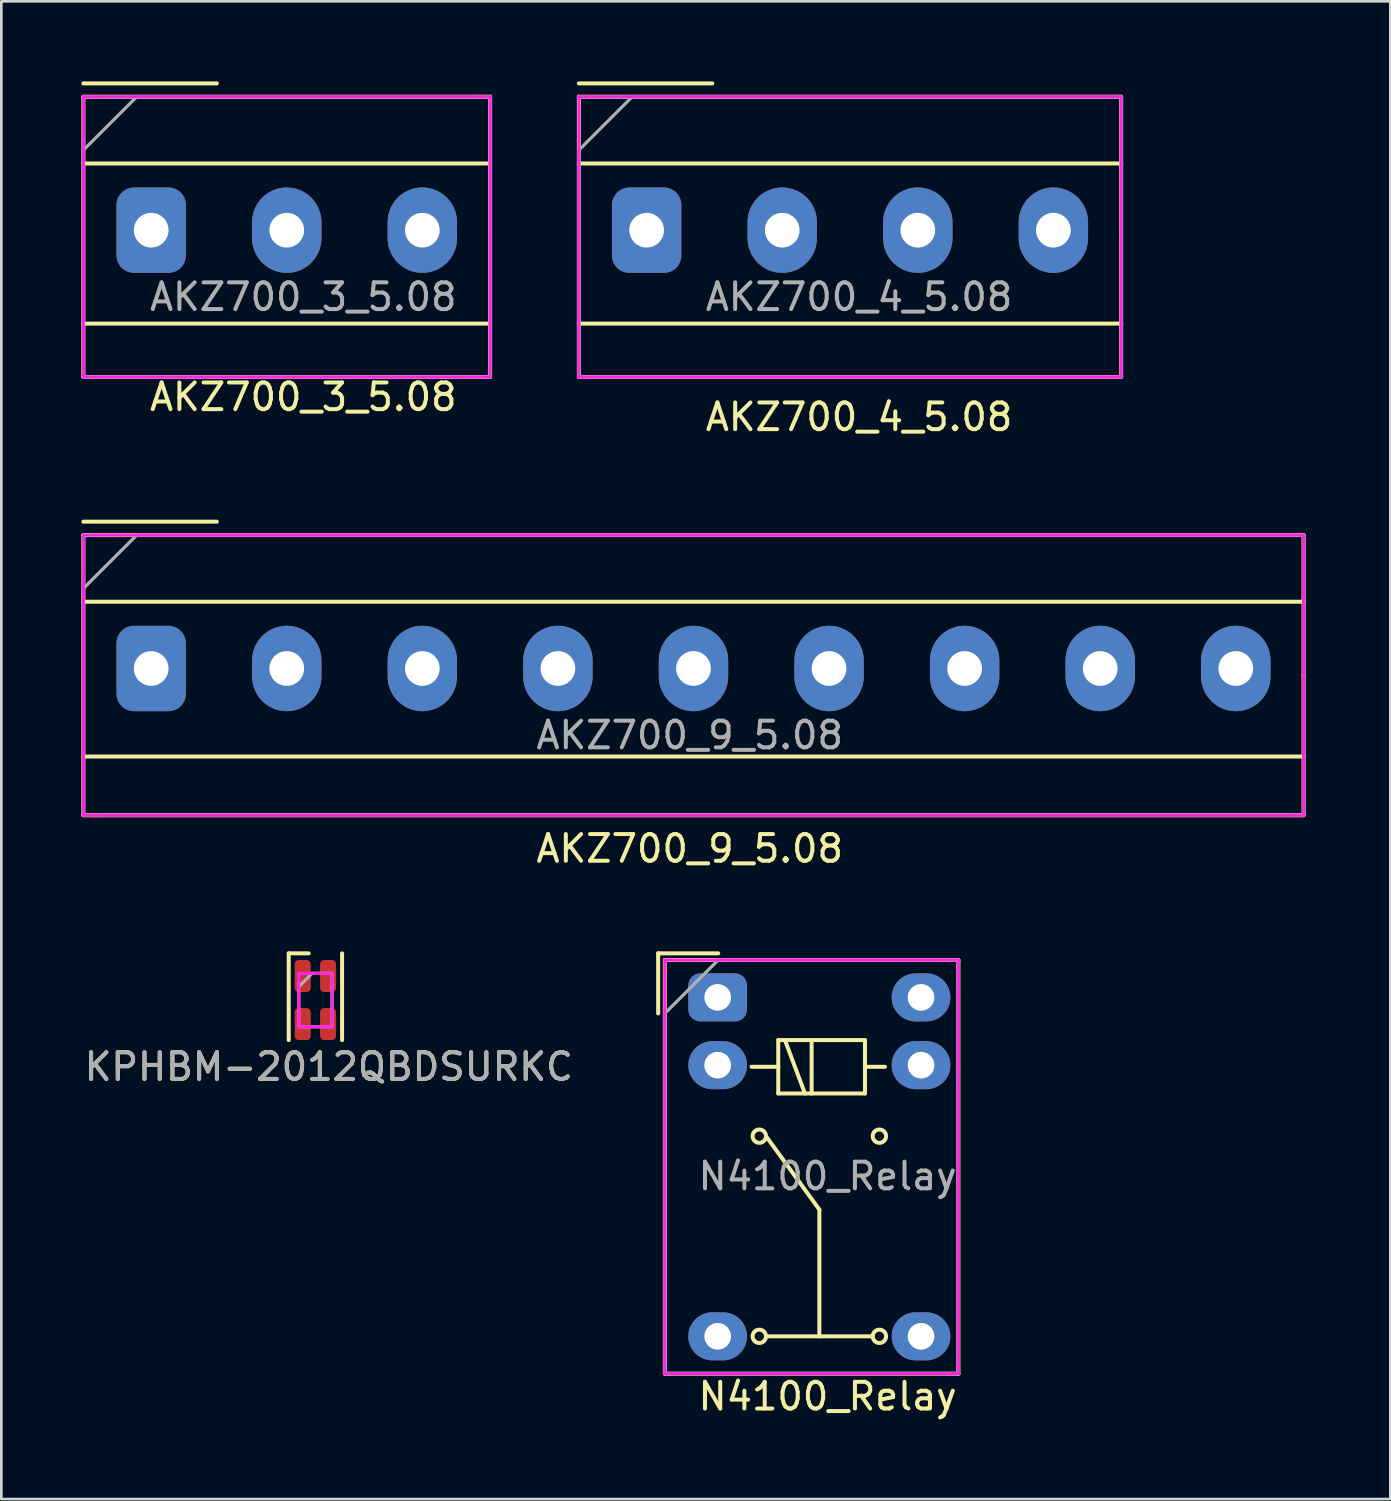
<source format=kicad_pcb>
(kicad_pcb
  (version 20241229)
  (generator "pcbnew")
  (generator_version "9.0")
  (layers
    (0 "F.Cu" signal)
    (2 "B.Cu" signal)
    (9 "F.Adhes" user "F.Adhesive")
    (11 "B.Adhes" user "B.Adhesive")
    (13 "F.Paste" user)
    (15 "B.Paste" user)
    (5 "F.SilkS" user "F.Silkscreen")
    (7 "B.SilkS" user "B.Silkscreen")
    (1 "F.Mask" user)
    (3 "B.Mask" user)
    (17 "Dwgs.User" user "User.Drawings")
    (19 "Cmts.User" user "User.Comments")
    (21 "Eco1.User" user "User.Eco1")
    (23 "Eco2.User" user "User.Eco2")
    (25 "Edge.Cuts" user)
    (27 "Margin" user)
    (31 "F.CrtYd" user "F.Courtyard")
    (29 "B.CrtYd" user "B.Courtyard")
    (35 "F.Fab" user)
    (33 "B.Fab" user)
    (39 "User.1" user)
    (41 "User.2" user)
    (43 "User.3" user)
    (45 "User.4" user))
  (footprint "AKZ700_9_5.08"
    (layer "F.Cu")
    (at 45.795 21.998)
    (property "Reference" "AKZ700_9_5.08" (at -23 6.75 0) (layer "F.SilkS") (effects (font (size 1 1) (thickness 0.15))))
    (attr through_hole)
    (fp_line (start -45.72 -5.5) (end -40.72 -5.5) (stroke (width 0.15) (type solid)) (layer "F.SilkS"))
    (fp_line (start -45.72 -5) (end -45.72 5.5) (stroke (width 0.15) (type solid)) (layer "F.SilkS"))
    (fp_line (start -45.72 5.5) (end 0 5.5) (stroke (width 0.15) (type solid)) (layer "F.SilkS"))
    (fp_line (start 0 -5) (end -45.72 -5) (stroke (width 0.15) (type solid)) (layer "F.SilkS"))
    (fp_line (start 0 -2.5) (end -45.72 -2.5) (stroke (width 0.15) (type solid)) (layer "F.SilkS"))
    (fp_line (start 0 0.25) (end 0 -5) (stroke (width 0.15) (type solid)) (layer "F.SilkS"))
    (fp_line (start 0 3.3) (end -45.72 3.3) (stroke (width 0.15) (type solid)) (layer "F.SilkS"))
    (fp_line (start 0 5.5) (end 0 0.25) (stroke (width 0.15) (type solid)) (layer "F.SilkS"))
    (fp_line (start -45.72 -5) (end -45.72 5.5) (stroke (width 0.12) (type solid)) (layer "F.CrtYd"))
    (fp_line (start -45.72 5.5) (end 0 5.5) (stroke (width 0.12) (type solid)) (layer "F.CrtYd"))
    (fp_line (start 0 -5) (end -45.72 -5) (stroke (width 0.12) (type solid)) (layer "F.CrtYd"))
    (fp_line (start 0 0.25) (end 0 -5) (stroke (width 0.12) (type solid)) (layer "F.CrtYd"))
    (fp_line (start 0 5.5) (end 0 0.25) (stroke (width 0.12) (type solid)) (layer "F.CrtYd"))
    (fp_line (start -45.72 -3) (end -45.72 5.5) (stroke (width 0.12) (type solid)) (layer "F.Fab"))
    (fp_line (start -45.72 5.5) (end 0 5.5) (stroke (width 0.12) (type solid)) (layer "F.Fab"))
    (fp_line (start -43.72 -5) (end -45.72 -3) (stroke (width 0.12) (type solid)) (layer "F.Fab"))
    (fp_line (start 0 -5) (end -43.72 -5) (stroke (width 0.12) (type solid)) (layer "F.Fab"))
    (fp_line (start 0 0.25) (end 0 -5) (stroke (width 0.12) (type solid)) (layer "F.Fab"))
    (fp_line (start 0 5.5) (end 0 0.25) (stroke (width 0.12) (type solid)) (layer "F.Fab"))
    (fp_text user "${REFERENCE}" (at -23 2.5 0) (layer "F.Fab") (effects (font (size 1 1) (thickness 0.15))))
    (pad "1" thru_hole roundrect (at -43.18 0) (size 2.6 3.2) (drill 1.3) (layers "*.Cu" "*.Mask") (roundrect_rratio 0.25))
    (pad "2" thru_hole oval (at -38.1 0) (size 2.6 3.2) (drill 1.3) (layers "*.Cu" "*.Mask"))
    (pad "3" thru_hole oval (at -33.02 0) (size 2.6 3.2) (drill 1.3) (layers "*.Cu" "*.Mask"))
    (pad "4" thru_hole oval (at -27.94 0) (size 2.6 3.2) (drill 1.3) (layers "*.Cu" "*.Mask"))
    (pad "5" thru_hole oval (at -22.86 0) (size 2.6 3.2) (drill 1.3) (layers "*.Cu" "*.Mask"))
    (pad "6" thru_hole oval (at -17.78 0) (size 2.6 3.2) (drill 1.3) (layers "*.Cu" "*.Mask"))
    (pad "7" thru_hole oval (at -12.7 0) (size 2.6 3.2) (drill 1.3) (layers "*.Cu" "*.Mask"))
    (pad "8" thru_hole oval (at -7.62 0) (size 2.6 3.2) (drill 1.3) (layers "*.Cu" "*.Mask"))
    (pad "9" thru_hole oval (at -2.54 0) (size 2.6 3.2) (drill 1.3) (layers "*.Cu" "*.Mask")))
  (footprint "AKZ700_3_5.08"
    (layer "F.Cu")
    (at 15.315 5.575)
    (property "Reference" "AKZ700_3_5.08" (at -7 6.25 0) (layer "F.SilkS") (effects (font (size 1 1) (thickness 0.15))))
    (attr through_hole)
    (fp_line (start -15.24 -5.5) (end -10.24 -5.5) (stroke (width 0.15) (type solid)) (layer "F.SilkS"))
    (fp_line (start -15.24 -5) (end -15.24 5.5) (stroke (width 0.15) (type solid)) (layer "F.SilkS"))
    (fp_line (start -15.24 5.5) (end 0 5.5) (stroke (width 0.15) (type solid)) (layer "F.SilkS"))
    (fp_line (start 0 -5) (end -15.24 -5) (stroke (width 0.15) (type solid)) (layer "F.SilkS"))
    (fp_line (start 0 -2.5) (end -15.24 -2.5) (stroke (width 0.15) (type solid)) (layer "F.SilkS"))
    (fp_line (start 0 0.25) (end 0 -5) (stroke (width 0.15) (type solid)) (layer "F.SilkS"))
    (fp_line (start 0 3.5) (end -15.24 3.5) (stroke (width 0.15) (type solid)) (layer "F.SilkS"))
    (fp_line (start 0 5.5) (end 0 0.25) (stroke (width 0.15) (type solid)) (layer "F.SilkS"))
    (fp_line (start -15.24 -5) (end -15.24 5.5) (stroke (width 0.12) (type solid)) (layer "F.CrtYd"))
    (fp_line (start -15.24 5.5) (end 0 5.5) (stroke (width 0.12) (type solid)) (layer "F.CrtYd"))
    (fp_line (start 0 -5) (end -15.24 -5) (stroke (width 0.12) (type solid)) (layer "F.CrtYd"))
    (fp_line (start 0 0.25) (end 0 -5) (stroke (width 0.12) (type solid)) (layer "F.CrtYd"))
    (fp_line (start 0 5.5) (end 0 0.25) (stroke (width 0.12) (type solid)) (layer "F.CrtYd"))
    (fp_line (start -15.24 5.5) (end -15.24 -3) (stroke (width 0.12) (type solid)) (layer "F.Fab"))
    (fp_line (start -13.24 -5) (end -15.24 -3) (stroke (width 0.12) (type solid)) (layer "F.Fab"))
    (fp_line (start 0 -5) (end -13.24 -5) (stroke (width 0.12) (type solid)) (layer "F.Fab"))
    (fp_line (start 0 0.25) (end 0 -5) (stroke (width 0.12) (type solid)) (layer "F.Fab"))
    (fp_line (start 0 0.25) (end 0 5.5) (stroke (width 0.12) (type solid)) (layer "F.Fab"))
    (fp_line (start 0 5.5) (end -15.24 5.5) (stroke (width 0.12) (type solid)) (layer "F.Fab"))
    (fp_text user "${REFERENCE}" (at -7 2.5 0) (layer "F.Fab") (effects (font (size 1 1) (thickness 0.15))))
    (pad "1" thru_hole roundrect (at -12.7 0) (size 2.6 3.2) (drill 1.3) (layers "*.Cu" "*.Mask") (roundrect_rratio 0.25))
    (pad "2" thru_hole oval (at -7.62 0) (size 2.6 3.2) (drill 1.3) (layers "*.Cu" "*.Mask"))
    (pad "3" thru_hole oval (at -2.54 0) (size 2.6 3.2) (drill 1.3) (layers "*.Cu" "*.Mask")))
  (footprint "AKZ700_4_5.08"
    (layer "F.Cu")
    (at 38.96 5.575)
    (property "Reference" "AKZ700_4_5.08" (at -9.82 7 0) (layer "F.SilkS") (effects (font (size 1 1) (thickness 0.15))))
    (attr through_hole)
    (fp_line (start -20.32 -5.5) (end -15.32 -5.5) (stroke (width 0.15) (type solid)) (layer "F.SilkS"))
    (fp_line (start -20.32 -5) (end -20.32 -2.5) (stroke (width 0.15) (type solid)) (layer "F.SilkS"))
    (fp_line (start -20.32 -2.5) (end -20.32 3.5) (stroke (width 0.15) (type solid)) (layer "F.SilkS"))
    (fp_line (start -20.32 5.5) (end -20.32 3.5) (stroke (width 0.15) (type solid)) (layer "F.SilkS"))
    (fp_line (start 0 -5) (end -20.32 -5) (stroke (width 0.15) (type solid)) (layer "F.SilkS"))
    (fp_line (start 0 -2.5) (end -20.32 -2.5) (stroke (width 0.15) (type solid)) (layer "F.SilkS"))
    (fp_line (start 0 -2.5) (end 0 -5) (stroke (width 0.15) (type solid)) (layer "F.SilkS"))
    (fp_line (start 0 -2.5) (end 0 3.5) (stroke (width 0.15) (type solid)) (layer "F.SilkS"))
    (fp_line (start 0 3.5) (end -20.32 3.5) (stroke (width 0.15) (type solid)) (layer "F.SilkS"))
    (fp_line (start 0 3.5) (end 0 5.5) (stroke (width 0.15) (type solid)) (layer "F.SilkS"))
    (fp_line (start 0 5.5) (end -20.32 5.5) (stroke (width 0.15) (type solid)) (layer "F.SilkS"))
    (fp_line (start -20.32 -5) (end -20.32 5.5) (stroke (width 0.12) (type solid)) (layer "F.CrtYd"))
    (fp_line (start -20.32 5.5) (end 0 5.5) (stroke (width 0.12) (type solid)) (layer "F.CrtYd"))
    (fp_line (start 0 -5) (end -20.32 -5) (stroke (width 0.12) (type solid)) (layer "F.CrtYd"))
    (fp_line (start 0 0.25) (end 0 -5) (stroke (width 0.12) (type solid)) (layer "F.CrtYd"))
    (fp_line (start 0 5.5) (end 0 0.25) (stroke (width 0.12) (type solid)) (layer "F.CrtYd"))
    (fp_line (start -20.32 5.5) (end -20.32 -3) (stroke (width 0.12) (type solid)) (layer "F.Fab"))
    (fp_line (start -18.32 -5) (end -20.32 -3) (stroke (width 0.12) (type solid)) (layer "F.Fab"))
    (fp_line (start -18.32 -5) (end 0 -5) (stroke (width 0.12) (type solid)) (layer "F.Fab"))
    (fp_line (start 0 0.25) (end 0 -5) (stroke (width 0.12) (type solid)) (layer "F.Fab"))
    (fp_line (start 0 0.25) (end 0 5.5) (stroke (width 0.12) (type solid)) (layer "F.Fab"))
    (fp_line (start 0 5.5) (end -20.32 5.5) (stroke (width 0.12) (type solid)) (layer "F.Fab"))
    (fp_text user "${REFERENCE}" (at -9.82 2.5 0) (layer "F.Fab") (effects (font (size 1 1) (thickness 0.15))))
    (pad "1" thru_hole roundrect (at -17.78 0) (size 2.6 3.2) (drill 1.3) (layers "*.Cu" "*.Mask") (roundrect_rratio 0.25))
    (pad "2" thru_hole oval (at -12.7 0) (size 2.6 3.2) (drill 1.3) (layers "*.Cu" "*.Mask"))
    (pad "3" thru_hole oval (at -7.62 0) (size 2.6 3.2) (drill 1.3) (layers "*.Cu" "*.Mask"))
    (pad "4" thru_hole oval (at -2.54 0) (size 2.6 3.2) (drill 1.3) (layers "*.Cu" "*.Mask")))
  (footprint "KPHBM-2012QBDSURKC"
    (layer "F.Cu")
    (at 8.768 34.422)
    (property "Reference" "KPHBM-2012QBDSURKC" (at 0.5 2.5 0) (layer "F.SilkS") (effects (font (size 1 1) (thickness 0.15))))
    (attr smd)
    (fp_line (start -1 -1.75) (end -1 1.5) (stroke (width 0.15) (type solid)) (layer "F.SilkS"))
    (fp_line (start -0.25 -1.75) (end -1 -1.75) (stroke (width 0.15) (type solid)) (layer "F.SilkS"))
    (fp_line (start 1 -1.75) (end 1 1.5) (stroke (width 0.15) (type solid)) (layer "F.SilkS"))
    (fp_line (start -0.625 -1) (end 0.625 -1) (stroke (width 0.12) (type solid)) (layer "F.CrtYd"))
    (fp_line (start -0.625 0) (end -0.625 -1) (stroke (width 0.12) (type solid)) (layer "F.CrtYd"))
    (fp_line (start -0.625 1) (end -0.625 0) (stroke (width 0.12) (type solid)) (layer "F.CrtYd"))
    (fp_line (start 0.625 -1) (end 0.625 1) (stroke (width 0.12) (type solid)) (layer "F.CrtYd"))
    (fp_line (start 0.625 1) (end -0.625 1) (stroke (width 0.12) (type solid)) (layer "F.CrtYd"))
    (fp_line (start -0.625 -0.5) (end -0.625 1) (stroke (width 0.12) (type solid)) (layer "F.Fab"))
    (fp_line (start -0.625 1) (end 0.625 1) (stroke (width 0.12) (type solid)) (layer "F.Fab"))
    (fp_line (start -0.125 -1) (end -0.625 -0.5) (stroke (width 0.12) (type solid)) (layer "F.Fab"))
    (fp_line (start 0.625 -1) (end -0.125 -1) (stroke (width 0.12) (type solid)) (layer "F.Fab"))
    (fp_line (start 0.625 1) (end 0.625 -1) (stroke (width 0.12) (type solid)) (layer "F.Fab"))
    (fp_text user "${REFERENCE}" (at 0.5 2.5 0) (layer "F.Fab") (effects (font (size 1 1) (thickness 0.15))))
    (pad "1" smd roundrect (at -0.475 -0.9) (size 0.6 1.2) (layers "F.Cu" "F.Mask" "F.Paste") (roundrect_rratio 0.25))
    (pad "2" smd roundrect (at -0.475 0.9) (size 0.6 1.2) (layers "F.Cu" "F.Mask" "F.Paste") (roundrect_rratio 0.25))
    (pad "3" smd roundrect (at 0.475 0.9) (size 0.6 1.2) (layers "F.Cu" "F.Mask" "F.Paste") (roundrect_rratio 0.25))
    (pad "4" smd roundrect (at 0.475 -0.9) (size 0.6 1.2) (layers "F.Cu" "F.Mask" "F.Paste") (roundrect_rratio 0.25)))
  (footprint "N4100_Relay"
    (layer "F.Cu")
    (at 31.461 47.022)
    (property "Reference" "N4100_Relay" (at -3.5 2.25 0) (layer "F.SilkS") (effects (font (size 1 1) (thickness 0.15))))
    (attr through_hole)
    (fp_line (start -9.85 -14.35) (end -9.85 -12.1) (stroke (width 0.15) (type solid)) (layer "F.SilkS"))
    (fp_line (start -9.6 -14.1) (end -9.6 1.4) (stroke (width 0.15) (type solid)) (layer "F.SilkS"))
    (fp_line (start -9.6 1.4) (end 1.4 1.4) (stroke (width 0.15) (type solid)) (layer "F.SilkS"))
    (fp_line (start -7.6 -14.35) (end -9.85 -14.35) (stroke (width 0.15) (type solid)) (layer "F.SilkS"))
    (fp_line (start -6.35 -10.1) (end -5.35 -10.1) (stroke (width 0.15) (type solid)) (layer "F.SilkS"))
    (fp_line (start -5.35 -11.1) (end -2.1 -11.1) (stroke (width 0.15) (type solid)) (layer "F.SilkS"))
    (fp_line (start -5.35 -10.1) (end -5.35 -11.1) (stroke (width 0.15) (type solid)) (layer "F.SilkS"))
    (fp_line (start -5.35 -9.1) (end -5.35 -10.1) (stroke (width 0.15) (type solid)) (layer "F.SilkS"))
    (fp_line (start -5.1 -11.1) (end -4.35 -9.1) (stroke (width 0.15) (type solid)) (layer "F.SilkS"))
    (fp_line (start -4.1 -11.1) (end -4.1 -9.1) (stroke (width 0.15) (type solid)) (layer "F.SilkS"))
    (fp_line (start -3.81 -4.75) (end -5.81 -7.5) (stroke (width 0.15) (type solid)) (layer "F.SilkS"))
    (fp_line (start -3.81 0) (end -3.81 -4.75) (stroke (width 0.15) (type solid)) (layer "F.SilkS"))
    (fp_line (start -2.1 -11.1) (end -2.1 -9.1) (stroke (width 0.15) (type solid)) (layer "F.SilkS"))
    (fp_line (start -2.1 -10.1) (end -1.35 -10.1) (stroke (width 0.15) (type solid)) (layer "F.SilkS"))
    (fp_line (start -2.1 -9.1) (end -5.35 -9.1) (stroke (width 0.15) (type solid)) (layer "F.SilkS"))
    (fp_line (start -1.81 0) (end -5.81 0) (stroke (width 0.15) (type solid)) (layer "F.SilkS"))
    (fp_line (start 1.4 -14.1) (end -9.6 -14.1) (stroke (width 0.15) (type solid)) (layer "F.SilkS"))
    (fp_line (start 1.4 1.4) (end 1.4 -14.1) (stroke (width 0.15) (type solid)) (layer "F.SilkS"))
    (fp_circle (center -6.06 -7.5) (end -5.81 -7.5) (stroke (width 0.15) (type solid)) (fill no) (layer "F.SilkS"))
    (fp_circle (center -6.06 0) (end -5.81 0) (stroke (width 0.15) (type solid)) (fill no) (layer "F.SilkS"))
    (fp_circle (center -1.56 -7.5) (end -1.81 -7.5) (stroke (width 0.15) (type solid)) (fill no) (layer "F.SilkS"))
    (fp_circle (center -1.56 0) (end -1.81 0) (stroke (width 0.15) (type solid)) (fill no) (layer "F.SilkS"))
    (fp_line (start -9.6 -14.1) (end 1.4 -14.1) (stroke (width 0.12) (type solid)) (layer "F.CrtYd"))
    (fp_line (start -9.6 1.4) (end -9.6 -14.1) (stroke (width 0.12) (type solid)) (layer "F.CrtYd"))
    (fp_line (start 1.4 -14.1) (end 1.4 1.4) (stroke (width 0.12) (type solid)) (layer "F.CrtYd"))
    (fp_line (start 1.4 1.4) (end -9.6 1.4) (stroke (width 0.12) (type solid)) (layer "F.CrtYd"))
    (fp_line (start -9.6 1.4) (end -9.6 -12.1) (stroke (width 0.12) (type solid)) (layer "F.Fab"))
    (fp_line (start -7.6 -14.1) (end -9.6 -12.1) (stroke (width 0.12) (type solid)) (layer "F.Fab"))
    (fp_line (start -7.6 -14.1) (end 1.4 -14.1) (stroke (width 0.12) (type solid)) (layer "F.Fab"))
    (fp_line (start 1.4 -14.1) (end 1.4 1.4) (stroke (width 0.12) (type solid)) (layer "F.Fab"))
    (fp_line (start 1.4 1.4) (end -9.6 1.4) (stroke (width 0.12) (type solid)) (layer "F.Fab"))
    (fp_text user "${REFERENCE}" (at -3.5 -6 0) (layer "F.Fab") (effects (font (size 1 1) (thickness 0.15))))
    (pad "1" thru_hole roundrect (at -7.62 -12.7) (size 2.2 1.8) (drill 1) (layers "*.Cu" "*.Mask") (roundrect_rratio 0.25))
    (pad "2" thru_hole oval (at -7.62 -10.16) (size 2.2 1.8) (drill 1) (layers "*.Cu" "*.Mask"))
    (pad "6" thru_hole oval (at 0 -10.16) (size 2.2 1.8) (drill 1) (layers "*.Cu" "*.Mask"))
    (pad "7" thru_hole oval (at -7.62 0) (size 2.2 1.8) (drill 1) (layers "*.Cu" "*.Mask"))
    (pad "8" thru_hole oval (at 0 0) (size 2.2 1.8) (drill 1) (layers "*.Cu" "*.Mask"))
    (pad "14" thru_hole oval (at 0 -12.7) (size 2.2 1.8) (drill 1) (layers "*.Cu" "*.Mask")))
  (gr_rect
    (start -3 -3)
    (end 49.045 53.12)
    (stroke (width 0.1) (type default))
    (fill no)
    (layer "Edge.Cuts")))
</source>
